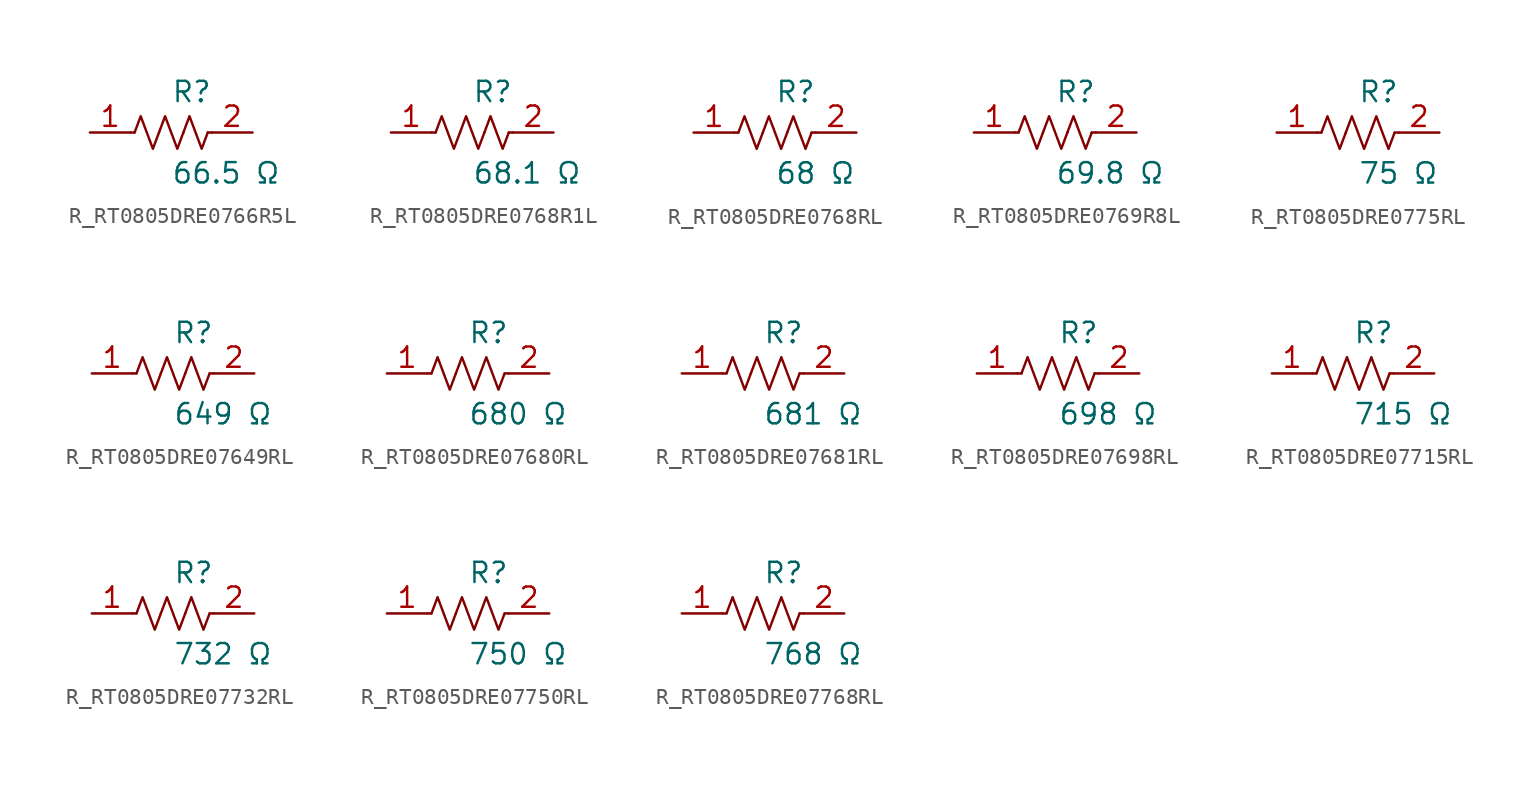
<source format=kicad_sym>
(kicad_symbol_lib
  (version 20231120)
  (generator kicad_symbol_editor)
  (generator_version 8.0)
  (symbol "R_RT0805DRE0766R5L"
    (pin_names
      (offset 0.254))
    (property "Reference" "R"
      (at 0.0 2.54 0)
      (effects (font (size 1.27 1.27)) (justify left)))
    (property "Value" "66.5 Ω"
      (at 0.0 -2.54 0)
      (effects (font (size 1.27 1.27)) (justify left)))
    (symbol "R_RT0805DRE0766R5L_0_1"
      (polyline (pts (xy 2.286 0) (xy 2.54 0)) (stroke (width 0) (type default)) (fill (type none)))
      (polyline (pts (xy -2.286 0) (xy -2.54 0)) (stroke (width 0) (type default)) (fill (type none)))
      (polyline (pts (xy 0.762 0) (xy 1.143 1.016) (xy 1.524 0) (xy 1.905 -1.016) (xy 2.286 0)) (stroke (width 0) (type default)) (fill (type none)))
      (polyline (pts (xy -0.762 0) (xy -0.381 1.016) (xy 0 0) (xy 0.381 -1.016) (xy 0.762 0)) (stroke (width 0) (type default)) (fill (type none)))
      (polyline (pts (xy -2.286 0) (xy -1.905 1.016) (xy -1.524 0) (xy -1.143 -1.016) (xy -0.762 0)) (stroke (width 0) (type default)) (fill (type none))))
    (pin unspecified line
      (at -5.08 0 0)
      (length 2.54)
      (name "" (effects (font (size 1.27 1.27))))
      (number "1" (effects (font (size 1.27 1.27)))))
    (pin unspecified line
      (at 5.08 0 180)
      (length 2.54)
      (name "" (effects (font (size 1.27 1.27))))
      (number "2" (effects (font (size 1.27 1.27))))))
  (symbol "R_RT0805DRE0768R1L"
    (pin_names
      (offset 0.254))
    (property "Reference" "R"
      (at 0.0 2.54 0)
      (effects (font (size 1.27 1.27)) (justify left)))
    (property "Value" "68.1 Ω"
      (at 0.0 -2.54 0)
      (effects (font (size 1.27 1.27)) (justify left)))
    (symbol "R_RT0805DRE0768R1L_0_1"
      (polyline (pts (xy 2.286 0) (xy 2.54 0)) (stroke (width 0) (type default)) (fill (type none)))
      (polyline (pts (xy -2.286 0) (xy -2.54 0)) (stroke (width 0) (type default)) (fill (type none)))
      (polyline (pts (xy 0.762 0) (xy 1.143 1.016) (xy 1.524 0) (xy 1.905 -1.016) (xy 2.286 0)) (stroke (width 0) (type default)) (fill (type none)))
      (polyline (pts (xy -0.762 0) (xy -0.381 1.016) (xy 0 0) (xy 0.381 -1.016) (xy 0.762 0)) (stroke (width 0) (type default)) (fill (type none)))
      (polyline (pts (xy -2.286 0) (xy -1.905 1.016) (xy -1.524 0) (xy -1.143 -1.016) (xy -0.762 0)) (stroke (width 0) (type default)) (fill (type none))))
    (pin unspecified line
      (at -5.08 0 0)
      (length 2.54)
      (name "" (effects (font (size 1.27 1.27))))
      (number "1" (effects (font (size 1.27 1.27)))))
    (pin unspecified line
      (at 5.08 0 180)
      (length 2.54)
      (name "" (effects (font (size 1.27 1.27))))
      (number "2" (effects (font (size 1.27 1.27))))))
  (symbol "R_RT0805DRE0768RL"
    (pin_names
      (offset 0.254))
    (property "Reference" "R"
      (at 0.0 2.54 0)
      (effects (font (size 1.27 1.27)) (justify left)))
    (property "Value" "68 Ω"
      (at 0.0 -2.54 0)
      (effects (font (size 1.27 1.27)) (justify left)))
    (symbol "R_RT0805DRE0768RL_0_1"
      (polyline (pts (xy 2.286 0) (xy 2.54 0)) (stroke (width 0) (type default)) (fill (type none)))
      (polyline (pts (xy -2.286 0) (xy -2.54 0)) (stroke (width 0) (type default)) (fill (type none)))
      (polyline (pts (xy 0.762 0) (xy 1.143 1.016) (xy 1.524 0) (xy 1.905 -1.016) (xy 2.286 0)) (stroke (width 0) (type default)) (fill (type none)))
      (polyline (pts (xy -0.762 0) (xy -0.381 1.016) (xy 0 0) (xy 0.381 -1.016) (xy 0.762 0)) (stroke (width 0) (type default)) (fill (type none)))
      (polyline (pts (xy -2.286 0) (xy -1.905 1.016) (xy -1.524 0) (xy -1.143 -1.016) (xy -0.762 0)) (stroke (width 0) (type default)) (fill (type none))))
    (pin unspecified line
      (at -5.08 0 0)
      (length 2.54)
      (name "" (effects (font (size 1.27 1.27))))
      (number "1" (effects (font (size 1.27 1.27)))))
    (pin unspecified line
      (at 5.08 0 180)
      (length 2.54)
      (name "" (effects (font (size 1.27 1.27))))
      (number "2" (effects (font (size 1.27 1.27))))))
  (symbol "R_RT0805DRE0769R8L"
    (pin_names
      (offset 0.254))
    (property "Reference" "R"
      (at 0.0 2.54 0)
      (effects (font (size 1.27 1.27)) (justify left)))
    (property "Value" "69.8 Ω"
      (at 0.0 -2.54 0)
      (effects (font (size 1.27 1.27)) (justify left)))
    (symbol "R_RT0805DRE0769R8L_0_1"
      (polyline (pts (xy 2.286 0) (xy 2.54 0)) (stroke (width 0) (type default)) (fill (type none)))
      (polyline (pts (xy -2.286 0) (xy -2.54 0)) (stroke (width 0) (type default)) (fill (type none)))
      (polyline (pts (xy 0.762 0) (xy 1.143 1.016) (xy 1.524 0) (xy 1.905 -1.016) (xy 2.286 0)) (stroke (width 0) (type default)) (fill (type none)))
      (polyline (pts (xy -0.762 0) (xy -0.381 1.016) (xy 0 0) (xy 0.381 -1.016) (xy 0.762 0)) (stroke (width 0) (type default)) (fill (type none)))
      (polyline (pts (xy -2.286 0) (xy -1.905 1.016) (xy -1.524 0) (xy -1.143 -1.016) (xy -0.762 0)) (stroke (width 0) (type default)) (fill (type none))))
    (pin unspecified line
      (at -5.08 0 0)
      (length 2.54)
      (name "" (effects (font (size 1.27 1.27))))
      (number "1" (effects (font (size 1.27 1.27)))))
    (pin unspecified line
      (at 5.08 0 180)
      (length 2.54)
      (name "" (effects (font (size 1.27 1.27))))
      (number "2" (effects (font (size 1.27 1.27))))))
  (symbol "R_RT0805DRE0775RL"
    (pin_names
      (offset 0.254))
    (property "Reference" "R"
      (at 0.0 2.54 0)
      (effects (font (size 1.27 1.27)) (justify left)))
    (property "Value" "75 Ω"
      (at 0.0 -2.54 0)
      (effects (font (size 1.27 1.27)) (justify left)))
    (symbol "R_RT0805DRE0775RL_0_1"
      (polyline (pts (xy 2.286 0) (xy 2.54 0)) (stroke (width 0) (type default)) (fill (type none)))
      (polyline (pts (xy -2.286 0) (xy -2.54 0)) (stroke (width 0) (type default)) (fill (type none)))
      (polyline (pts (xy 0.762 0) (xy 1.143 1.016) (xy 1.524 0) (xy 1.905 -1.016) (xy 2.286 0)) (stroke (width 0) (type default)) (fill (type none)))
      (polyline (pts (xy -0.762 0) (xy -0.381 1.016) (xy 0 0) (xy 0.381 -1.016) (xy 0.762 0)) (stroke (width 0) (type default)) (fill (type none)))
      (polyline (pts (xy -2.286 0) (xy -1.905 1.016) (xy -1.524 0) (xy -1.143 -1.016) (xy -0.762 0)) (stroke (width 0) (type default)) (fill (type none))))
    (pin unspecified line
      (at -5.08 0 0)
      (length 2.54)
      (name "" (effects (font (size 1.27 1.27))))
      (number "1" (effects (font (size 1.27 1.27)))))
    (pin unspecified line
      (at 5.08 0 180)
      (length 2.54)
      (name "" (effects (font (size 1.27 1.27))))
      (number "2" (effects (font (size 1.27 1.27))))))
  (symbol "R_RT0805DRE07649RL"
    (pin_names
      (offset 0.254))
    (property "Reference" "R"
      (at 0.0 2.54 0)
      (effects (font (size 1.27 1.27)) (justify left)))
    (property "Value" "649 Ω"
      (at 0.0 -2.54 0)
      (effects (font (size 1.27 1.27)) (justify left)))
    (symbol "R_RT0805DRE07649RL_0_1"
      (polyline (pts (xy 2.286 0) (xy 2.54 0)) (stroke (width 0) (type default)) (fill (type none)))
      (polyline (pts (xy -2.286 0) (xy -2.54 0)) (stroke (width 0) (type default)) (fill (type none)))
      (polyline (pts (xy 0.762 0) (xy 1.143 1.016) (xy 1.524 0) (xy 1.905 -1.016) (xy 2.286 0)) (stroke (width 0) (type default)) (fill (type none)))
      (polyline (pts (xy -0.762 0) (xy -0.381 1.016) (xy 0 0) (xy 0.381 -1.016) (xy 0.762 0)) (stroke (width 0) (type default)) (fill (type none)))
      (polyline (pts (xy -2.286 0) (xy -1.905 1.016) (xy -1.524 0) (xy -1.143 -1.016) (xy -0.762 0)) (stroke (width 0) (type default)) (fill (type none))))
    (pin unspecified line
      (at -5.08 0 0)
      (length 2.54)
      (name "" (effects (font (size 1.27 1.27))))
      (number "1" (effects (font (size 1.27 1.27)))))
    (pin unspecified line
      (at 5.08 0 180)
      (length 2.54)
      (name "" (effects (font (size 1.27 1.27))))
      (number "2" (effects (font (size 1.27 1.27))))))
  (symbol "R_RT0805DRE07680RL"
    (pin_names
      (offset 0.254))
    (property "Reference" "R"
      (at 0.0 2.54 0)
      (effects (font (size 1.27 1.27)) (justify left)))
    (property "Value" "680 Ω"
      (at 0.0 -2.54 0)
      (effects (font (size 1.27 1.27)) (justify left)))
    (symbol "R_RT0805DRE07680RL_0_1"
      (polyline (pts (xy 2.286 0) (xy 2.54 0)) (stroke (width 0) (type default)) (fill (type none)))
      (polyline (pts (xy -2.286 0) (xy -2.54 0)) (stroke (width 0) (type default)) (fill (type none)))
      (polyline (pts (xy 0.762 0) (xy 1.143 1.016) (xy 1.524 0) (xy 1.905 -1.016) (xy 2.286 0)) (stroke (width 0) (type default)) (fill (type none)))
      (polyline (pts (xy -0.762 0) (xy -0.381 1.016) (xy 0 0) (xy 0.381 -1.016) (xy 0.762 0)) (stroke (width 0) (type default)) (fill (type none)))
      (polyline (pts (xy -2.286 0) (xy -1.905 1.016) (xy -1.524 0) (xy -1.143 -1.016) (xy -0.762 0)) (stroke (width 0) (type default)) (fill (type none))))
    (pin unspecified line
      (at -5.08 0 0)
      (length 2.54)
      (name "" (effects (font (size 1.27 1.27))))
      (number "1" (effects (font (size 1.27 1.27)))))
    (pin unspecified line
      (at 5.08 0 180)
      (length 2.54)
      (name "" (effects (font (size 1.27 1.27))))
      (number "2" (effects (font (size 1.27 1.27))))))
  (symbol "R_RT0805DRE07681RL"
    (pin_names
      (offset 0.254))
    (property "Reference" "R"
      (at 0.0 2.54 0)
      (effects (font (size 1.27 1.27)) (justify left)))
    (property "Value" "681 Ω"
      (at 0.0 -2.54 0)
      (effects (font (size 1.27 1.27)) (justify left)))
    (symbol "R_RT0805DRE07681RL_0_1"
      (polyline (pts (xy 2.286 0) (xy 2.54 0)) (stroke (width 0) (type default)) (fill (type none)))
      (polyline (pts (xy -2.286 0) (xy -2.54 0)) (stroke (width 0) (type default)) (fill (type none)))
      (polyline (pts (xy 0.762 0) (xy 1.143 1.016) (xy 1.524 0) (xy 1.905 -1.016) (xy 2.286 0)) (stroke (width 0) (type default)) (fill (type none)))
      (polyline (pts (xy -0.762 0) (xy -0.381 1.016) (xy 0 0) (xy 0.381 -1.016) (xy 0.762 0)) (stroke (width 0) (type default)) (fill (type none)))
      (polyline (pts (xy -2.286 0) (xy -1.905 1.016) (xy -1.524 0) (xy -1.143 -1.016) (xy -0.762 0)) (stroke (width 0) (type default)) (fill (type none))))
    (pin unspecified line
      (at -5.08 0 0)
      (length 2.54)
      (name "" (effects (font (size 1.27 1.27))))
      (number "1" (effects (font (size 1.27 1.27)))))
    (pin unspecified line
      (at 5.08 0 180)
      (length 2.54)
      (name "" (effects (font (size 1.27 1.27))))
      (number "2" (effects (font (size 1.27 1.27))))))
  (symbol "R_RT0805DRE07698RL"
    (pin_names
      (offset 0.254))
    (property "Reference" "R"
      (at 0.0 2.54 0)
      (effects (font (size 1.27 1.27)) (justify left)))
    (property "Value" "698 Ω"
      (at 0.0 -2.54 0)
      (effects (font (size 1.27 1.27)) (justify left)))
    (symbol "R_RT0805DRE07698RL_0_1"
      (polyline (pts (xy 2.286 0) (xy 2.54 0)) (stroke (width 0) (type default)) (fill (type none)))
      (polyline (pts (xy -2.286 0) (xy -2.54 0)) (stroke (width 0) (type default)) (fill (type none)))
      (polyline (pts (xy 0.762 0) (xy 1.143 1.016) (xy 1.524 0) (xy 1.905 -1.016) (xy 2.286 0)) (stroke (width 0) (type default)) (fill (type none)))
      (polyline (pts (xy -0.762 0) (xy -0.381 1.016) (xy 0 0) (xy 0.381 -1.016) (xy 0.762 0)) (stroke (width 0) (type default)) (fill (type none)))
      (polyline (pts (xy -2.286 0) (xy -1.905 1.016) (xy -1.524 0) (xy -1.143 -1.016) (xy -0.762 0)) (stroke (width 0) (type default)) (fill (type none))))
    (pin unspecified line
      (at -5.08 0 0)
      (length 2.54)
      (name "" (effects (font (size 1.27 1.27))))
      (number "1" (effects (font (size 1.27 1.27)))))
    (pin unspecified line
      (at 5.08 0 180)
      (length 2.54)
      (name "" (effects (font (size 1.27 1.27))))
      (number "2" (effects (font (size 1.27 1.27))))))
  (symbol "R_RT0805DRE07715RL"
    (pin_names
      (offset 0.254))
    (property "Reference" "R"
      (at 0.0 2.54 0)
      (effects (font (size 1.27 1.27)) (justify left)))
    (property "Value" "715 Ω"
      (at 0.0 -2.54 0)
      (effects (font (size 1.27 1.27)) (justify left)))
    (symbol "R_RT0805DRE07715RL_0_1"
      (polyline (pts (xy 2.286 0) (xy 2.54 0)) (stroke (width 0) (type default)) (fill (type none)))
      (polyline (pts (xy -2.286 0) (xy -2.54 0)) (stroke (width 0) (type default)) (fill (type none)))
      (polyline (pts (xy 0.762 0) (xy 1.143 1.016) (xy 1.524 0) (xy 1.905 -1.016) (xy 2.286 0)) (stroke (width 0) (type default)) (fill (type none)))
      (polyline (pts (xy -0.762 0) (xy -0.381 1.016) (xy 0 0) (xy 0.381 -1.016) (xy 0.762 0)) (stroke (width 0) (type default)) (fill (type none)))
      (polyline (pts (xy -2.286 0) (xy -1.905 1.016) (xy -1.524 0) (xy -1.143 -1.016) (xy -0.762 0)) (stroke (width 0) (type default)) (fill (type none))))
    (pin unspecified line
      (at -5.08 0 0)
      (length 2.54)
      (name "" (effects (font (size 1.27 1.27))))
      (number "1" (effects (font (size 1.27 1.27)))))
    (pin unspecified line
      (at 5.08 0 180)
      (length 2.54)
      (name "" (effects (font (size 1.27 1.27))))
      (number "2" (effects (font (size 1.27 1.27))))))
  (symbol "R_RT0805DRE07732RL"
    (pin_names
      (offset 0.254))
    (property "Reference" "R"
      (at 0.0 2.54 0)
      (effects (font (size 1.27 1.27)) (justify left)))
    (property "Value" "732 Ω"
      (at 0.0 -2.54 0)
      (effects (font (size 1.27 1.27)) (justify left)))
    (symbol "R_RT0805DRE07732RL_0_1"
      (polyline (pts (xy 2.286 0) (xy 2.54 0)) (stroke (width 0) (type default)) (fill (type none)))
      (polyline (pts (xy -2.286 0) (xy -2.54 0)) (stroke (width 0) (type default)) (fill (type none)))
      (polyline (pts (xy 0.762 0) (xy 1.143 1.016) (xy 1.524 0) (xy 1.905 -1.016) (xy 2.286 0)) (stroke (width 0) (type default)) (fill (type none)))
      (polyline (pts (xy -0.762 0) (xy -0.381 1.016) (xy 0 0) (xy 0.381 -1.016) (xy 0.762 0)) (stroke (width 0) (type default)) (fill (type none)))
      (polyline (pts (xy -2.286 0) (xy -1.905 1.016) (xy -1.524 0) (xy -1.143 -1.016) (xy -0.762 0)) (stroke (width 0) (type default)) (fill (type none))))
    (pin unspecified line
      (at -5.08 0 0)
      (length 2.54)
      (name "" (effects (font (size 1.27 1.27))))
      (number "1" (effects (font (size 1.27 1.27)))))
    (pin unspecified line
      (at 5.08 0 180)
      (length 2.54)
      (name "" (effects (font (size 1.27 1.27))))
      (number "2" (effects (font (size 1.27 1.27))))))
  (symbol "R_RT0805DRE07750RL"
    (pin_names
      (offset 0.254))
    (property "Reference" "R"
      (at 0.0 2.54 0)
      (effects (font (size 1.27 1.27)) (justify left)))
    (property "Value" "750 Ω"
      (at 0.0 -2.54 0)
      (effects (font (size 1.27 1.27)) (justify left)))
    (symbol "R_RT0805DRE07750RL_0_1"
      (polyline (pts (xy 2.286 0) (xy 2.54 0)) (stroke (width 0) (type default)) (fill (type none)))
      (polyline (pts (xy -2.286 0) (xy -2.54 0)) (stroke (width 0) (type default)) (fill (type none)))
      (polyline (pts (xy 0.762 0) (xy 1.143 1.016) (xy 1.524 0) (xy 1.905 -1.016) (xy 2.286 0)) (stroke (width 0) (type default)) (fill (type none)))
      (polyline (pts (xy -0.762 0) (xy -0.381 1.016) (xy 0 0) (xy 0.381 -1.016) (xy 0.762 0)) (stroke (width 0) (type default)) (fill (type none)))
      (polyline (pts (xy -2.286 0) (xy -1.905 1.016) (xy -1.524 0) (xy -1.143 -1.016) (xy -0.762 0)) (stroke (width 0) (type default)) (fill (type none))))
    (pin unspecified line
      (at -5.08 0 0)
      (length 2.54)
      (name "" (effects (font (size 1.27 1.27))))
      (number "1" (effects (font (size 1.27 1.27)))))
    (pin unspecified line
      (at 5.08 0 180)
      (length 2.54)
      (name "" (effects (font (size 1.27 1.27))))
      (number "2" (effects (font (size 1.27 1.27))))))
  (symbol "R_RT0805DRE07768RL"
    (pin_names
      (offset 0.254))
    (property "Reference" "R"
      (at 0.0 2.54 0)
      (effects (font (size 1.27 1.27)) (justify left)))
    (property "Value" "768 Ω"
      (at 0.0 -2.54 0)
      (effects (font (size 1.27 1.27)) (justify left)))
    (symbol "R_RT0805DRE07768RL_0_1"
      (polyline (pts (xy 2.286 0) (xy 2.54 0)) (stroke (width 0) (type default)) (fill (type none)))
      (polyline (pts (xy -2.286 0) (xy -2.54 0)) (stroke (width 0) (type default)) (fill (type none)))
      (polyline (pts (xy 0.762 0) (xy 1.143 1.016) (xy 1.524 0) (xy 1.905 -1.016) (xy 2.286 0)) (stroke (width 0) (type default)) (fill (type none)))
      (polyline (pts (xy -0.762 0) (xy -0.381 1.016) (xy 0 0) (xy 0.381 -1.016) (xy 0.762 0)) (stroke (width 0) (type default)) (fill (type none)))
      (polyline (pts (xy -2.286 0) (xy -1.905 1.016) (xy -1.524 0) (xy -1.143 -1.016) (xy -0.762 0)) (stroke (width 0) (type default)) (fill (type none))))
    (pin unspecified line
      (at -5.08 0 0)
      (length 2.54)
      (name "" (effects (font (size 1.27 1.27))))
      (number "1" (effects (font (size 1.27 1.27)))))
    (pin unspecified line
      (at 5.08 0 180)
      (length 2.54)
      (name "" (effects (font (size 1.27 1.27))))
      (number "2" (effects (font (size 1.27 1.27)))))))
</source>
